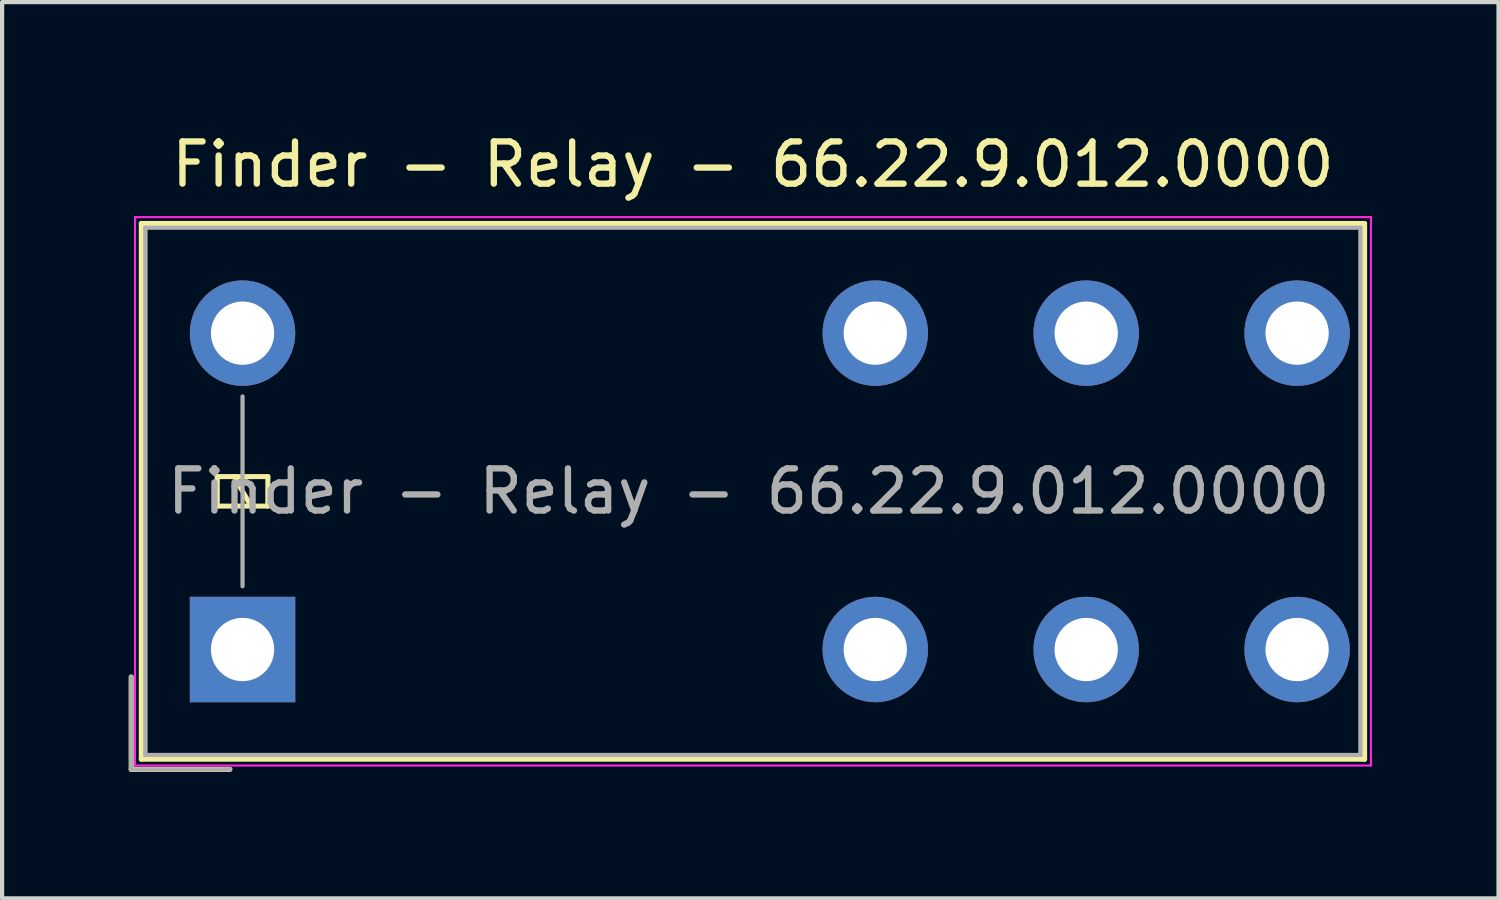
<source format=kicad_pcb>
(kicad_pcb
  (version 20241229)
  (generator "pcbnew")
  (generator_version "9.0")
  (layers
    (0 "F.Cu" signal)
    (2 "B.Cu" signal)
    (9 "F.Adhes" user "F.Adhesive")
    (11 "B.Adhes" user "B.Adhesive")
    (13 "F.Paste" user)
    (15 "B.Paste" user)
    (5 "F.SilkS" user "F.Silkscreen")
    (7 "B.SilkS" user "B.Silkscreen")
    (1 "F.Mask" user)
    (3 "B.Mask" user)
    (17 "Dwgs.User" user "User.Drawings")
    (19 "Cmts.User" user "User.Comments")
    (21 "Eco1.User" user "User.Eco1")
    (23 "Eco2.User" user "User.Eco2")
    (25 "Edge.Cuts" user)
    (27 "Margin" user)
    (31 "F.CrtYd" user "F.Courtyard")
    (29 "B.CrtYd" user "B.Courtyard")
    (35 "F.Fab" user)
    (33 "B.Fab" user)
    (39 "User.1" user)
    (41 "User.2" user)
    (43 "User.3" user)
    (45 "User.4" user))
  (footprint "Finder - Relay - 66.22.9.012.0000"
    (layer "F.Cu")
    (at 2.7 12.348)
    (property "Reference" "Finder - Relay - 66.22.9.012.0000" (at 12.1 -11.5 180) (layer "F.SilkS") (effects (font (size 1 1) (thickness 0.15))))
    (attr through_hole)
    (fp_line (start -2.64 2.84) (end -2.64 0.65) (stroke (width 0.12) (type solid)) (layer "F.SilkS"))
    (fp_line (start -2.4 -10.1) (end -2.4 2.6) (stroke (width 0.12) (type solid)) (layer "F.SilkS"))
    (fp_line (start -2.4 2.6) (end 26.6 2.6) (stroke (width 0.12) (type solid)) (layer "F.SilkS"))
    (fp_line (start -0.6 -4.1) (end -0.6 -3.4) (stroke (width 0.12) (type solid)) (layer "F.SilkS"))
    (fp_line (start -0.6 -3.4) (end 0.6 -3.4) (stroke (width 0.12) (type solid)) (layer "F.SilkS"))
    (fp_line (start -0.3 2.84) (end -2.64 2.84) (stroke (width 0.12) (type solid)) (layer "F.SilkS"))
    (fp_line (start 0.2 -3.4) (end -0.2 -4.1) (stroke (width 0.12) (type solid)) (layer "F.SilkS"))
    (fp_line (start 0.6 -4.1) (end -0.6 -4.1) (stroke (width 0.12) (type solid)) (layer "F.SilkS"))
    (fp_line (start 0.6 -3.4) (end 0.6 -4.1) (stroke (width 0.12) (type solid)) (layer "F.SilkS"))
    (fp_line (start 26.6 -10.1) (end -2.4 -10.1) (stroke (width 0.12) (type solid)) (layer "F.SilkS"))
    (fp_line (start 26.6 2.6) (end 26.6 -10.1) (stroke (width 0.12) (type solid)) (layer "F.SilkS"))
    (fp_line (start -2.55 -10.25) (end -2.55 2.75) (stroke (width 0.05) (type solid)) (layer "F.CrtYd"))
    (fp_line (start -2.55 2.75) (end 26.75 2.75) (stroke (width 0.05) (type solid)) (layer "F.CrtYd"))
    (fp_line (start 26.75 -10.25) (end -2.55 -10.25) (stroke (width 0.05) (type solid)) (layer "F.CrtYd"))
    (fp_line (start 26.75 2.75) (end 26.75 -10.25) (stroke (width 0.05) (type solid)) (layer "F.CrtYd"))
    (fp_line (start -2.64 2.84) (end -2.64 0.65) (stroke (width 0.1) (type solid)) (layer "F.Fab"))
    (fp_line (start -2.3 -10) (end -2.3 2.5) (stroke (width 0.1) (type solid)) (layer "F.Fab"))
    (fp_line (start -2.3 2.5) (end 26.5 2.5) (stroke (width 0.1) (type solid)) (layer "F.Fab"))
    (fp_line (start -0.3 2.84) (end -2.64 2.84) (stroke (width 0.1) (type solid)) (layer "F.Fab"))
    (fp_line (start 0 -1.5) (end 0 -6) (stroke (width 0.1) (type solid)) (layer "F.Fab"))
    (fp_line (start 26.5 -10) (end -2.3 -10) (stroke (width 0.1) (type solid)) (layer "F.Fab"))
    (fp_line (start 26.5 2.5) (end 26.5 -10) (stroke (width 0.1) (type solid)) (layer "F.Fab"))
    (fp_text user "${REFERENCE}" (at 12 -3.75 180) (layer "F.Fab") (effects (font (size 1 1) (thickness 0.15))))
    (pad "1" thru_hole rect (at 0 0 90) (size 2.5 2.5) (drill 1.5) (layers "*.Cu" "*.Mask"))
    (pad "2" thru_hole oval (at 15 0 90) (size 2.5 2.5) (drill 1.5) (layers "*.Cu" "*.Mask"))
    (pad "3" thru_hole oval (at 20 0 90) (size 2.5 2.5) (drill 1.5) (layers "*.Cu" "*.Mask"))
    (pad "4" thru_hole oval (at 25 0 90) (size 2.5 2.5) (drill 1.5) (layers "*.Cu" "*.Mask"))
    (pad "5" thru_hole oval (at 25 -7.5 90) (size 2.5 2.5) (drill 1.5) (layers "*.Cu" "*.Mask"))
    (pad "6" thru_hole oval (at 20 -7.5 90) (size 2.5 2.5) (drill 1.5) (layers "*.Cu" "*.Mask"))
    (pad "7" thru_hole oval (at 15 -7.5 90) (size 2.5 2.5) (drill 1.5) (layers "*.Cu" "*.Mask"))
    (pad "8" thru_hole oval (at 0 -7.5 90) (size 2.5 2.5) (drill 1.5) (layers "*.Cu" "*.Mask")))
  (gr_rect
    (start -3 -3)
    (end 32.475 18.248)
    (stroke (width 0.1) (type default))
    (fill no)
    (layer "Edge.Cuts")))
</source>
